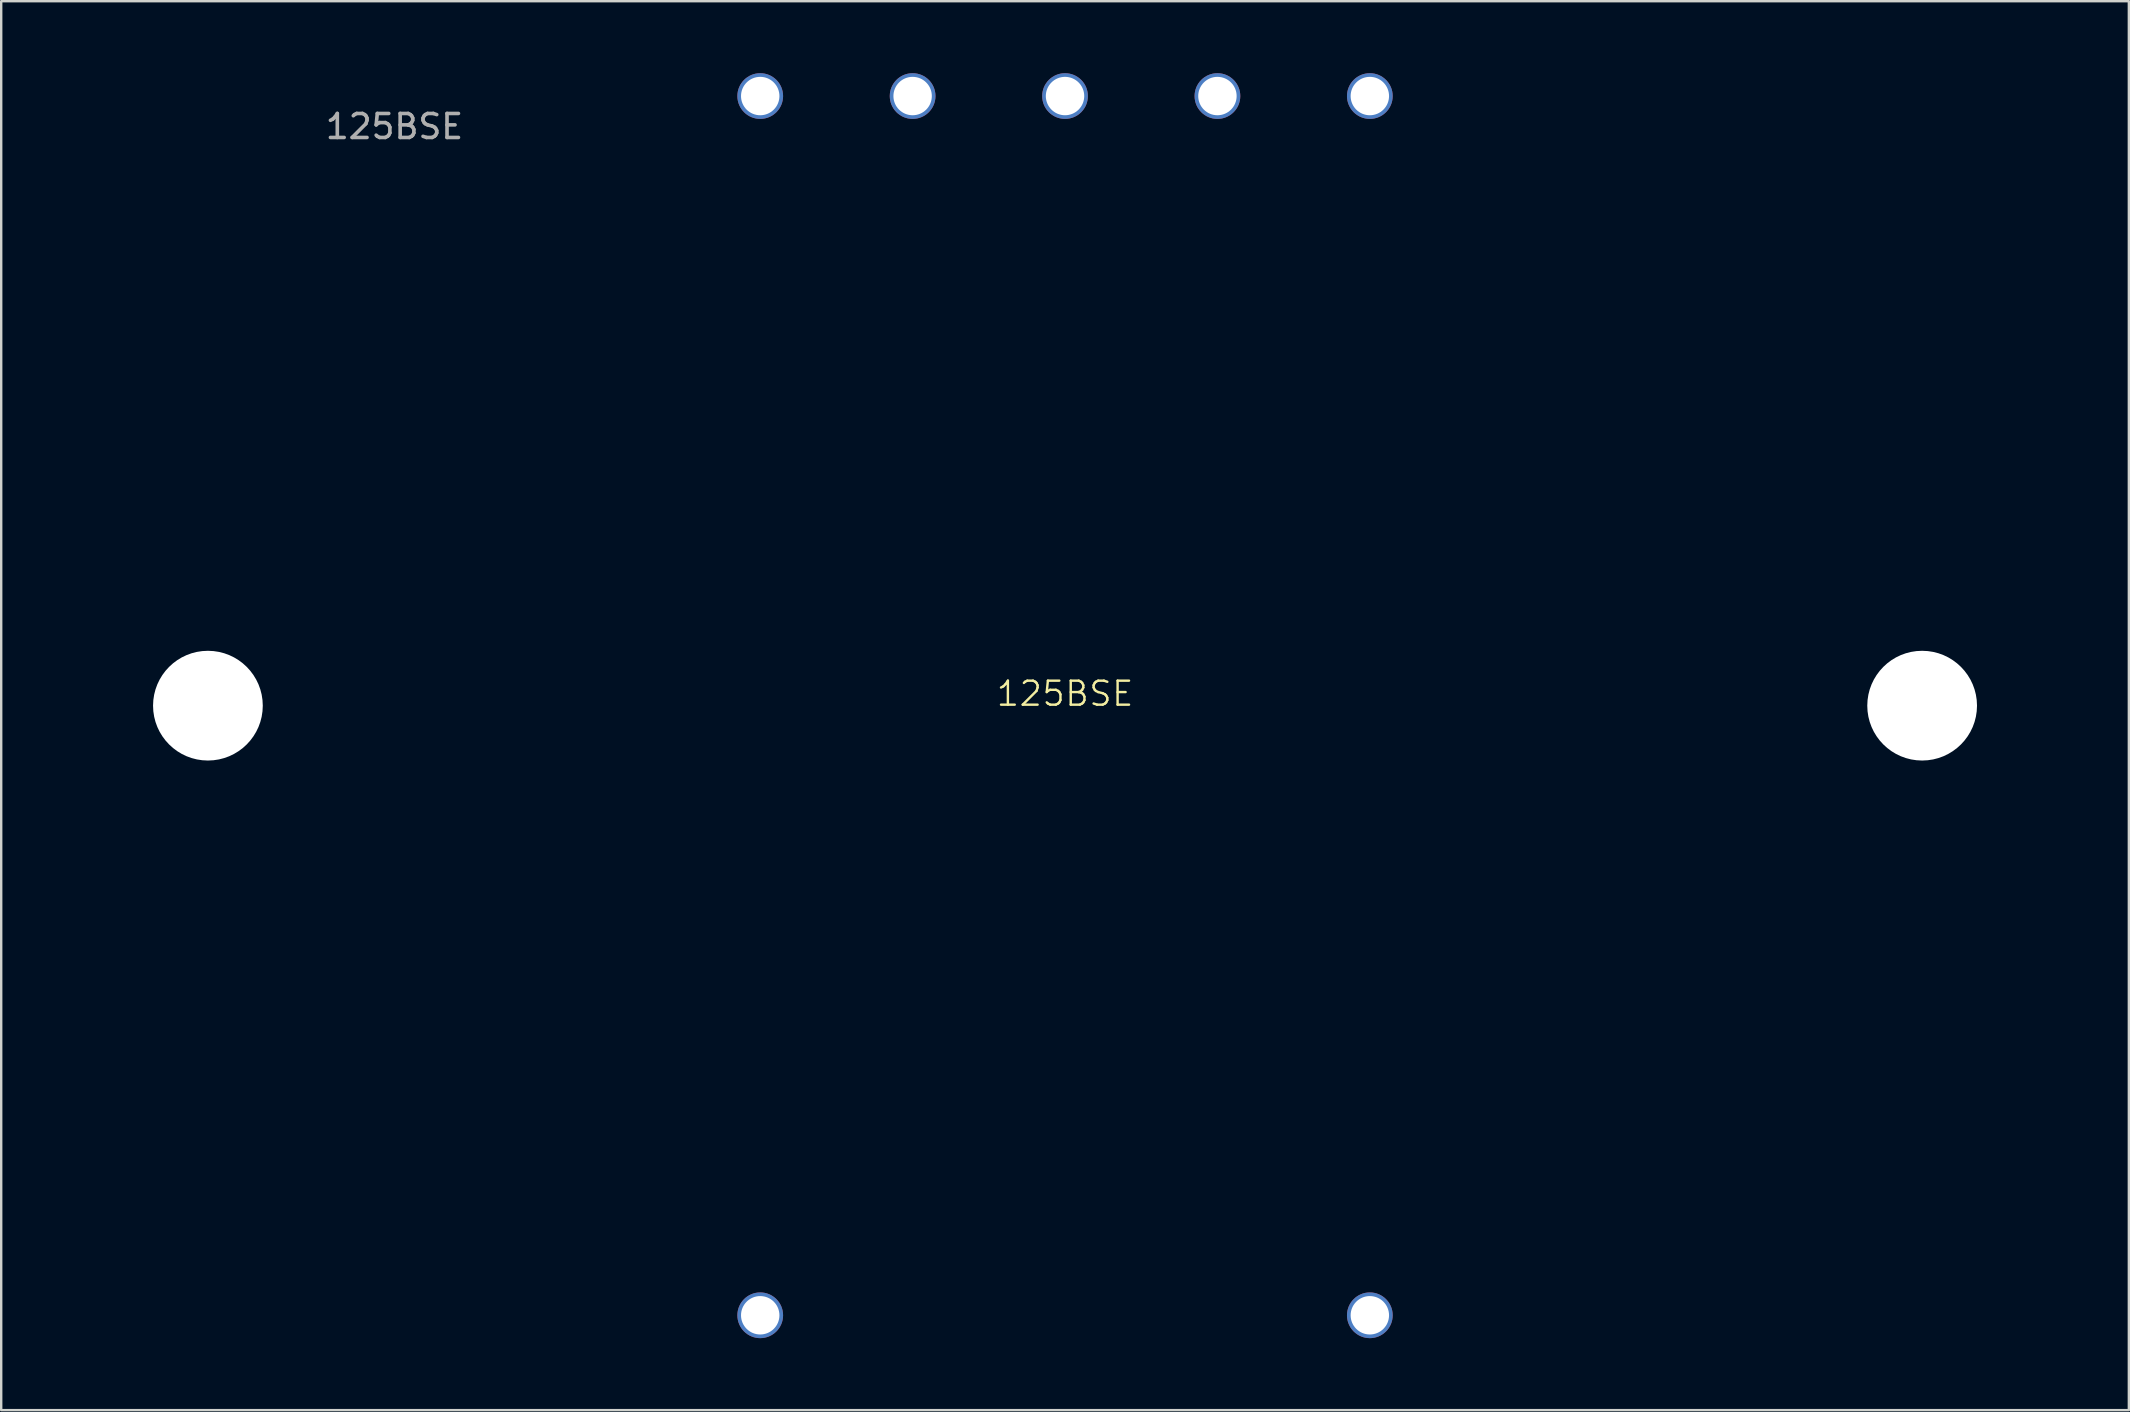
<source format=kicad_pcb>
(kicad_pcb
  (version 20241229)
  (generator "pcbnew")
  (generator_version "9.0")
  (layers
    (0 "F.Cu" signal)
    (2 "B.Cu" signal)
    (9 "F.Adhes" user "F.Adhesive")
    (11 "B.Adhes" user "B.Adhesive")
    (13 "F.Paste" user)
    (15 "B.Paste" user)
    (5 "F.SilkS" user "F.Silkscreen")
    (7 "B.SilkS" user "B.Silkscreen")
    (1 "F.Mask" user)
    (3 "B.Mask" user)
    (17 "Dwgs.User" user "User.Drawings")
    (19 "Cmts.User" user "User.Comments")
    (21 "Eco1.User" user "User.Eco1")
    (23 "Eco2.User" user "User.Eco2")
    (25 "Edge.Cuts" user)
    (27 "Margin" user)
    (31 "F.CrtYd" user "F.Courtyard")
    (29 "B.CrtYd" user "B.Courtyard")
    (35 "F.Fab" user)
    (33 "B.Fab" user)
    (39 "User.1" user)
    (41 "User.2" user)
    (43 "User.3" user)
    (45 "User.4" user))
  (footprint "125BSE"
    (layer "F.Cu")
    (at 41.325 26.352)
    (property "Reference" "125BSE" (at 0 -0.5 0) (unlocked yes) (layer "F.SilkS") (effects (font (size 1 1) (thickness 0.1))))
    (attr through_hole)
    (fp_rect (start -41.275 -22.225) (end 41.275 22.225) (stroke (width 0.1) (type default)) (fill no) (layer "Margin"))
    (fp_text user "${REFERENCE}" (at -27.94 -24.13 0) (unlocked yes) (layer "F.Fab") (effects (font (size 1 1) (thickness 0.15))))
    (pad "" np_thru_hole circle (at -35.712 0) (size 4.572 4.572) (drill 4.572) (layers "*.Cu" "*.Mask"))
    (pad "" np_thru_hole circle (at 35.712 0) (size 4.572 4.572) (drill 4.572) (layers "*.Cu" "*.Mask"))
    (pad "1" thru_hole circle (at -12.7 25.4) (size 1.905 1.905) (drill 1.6) (layers "*.Cu" "*.Mask"))
    (pad "2" thru_hole circle (at 12.7 25.4) (size 1.905 1.905) (drill 1.6) (layers "*.Cu" "*.Mask"))
    (pad "3" thru_hole circle (at 12.7 -25.4) (size 1.905 1.905) (drill 1.6) (layers "*.Cu" "*.Mask"))
    (pad "4" thru_hole circle (at 6.35 -25.4) (size 1.905 1.905) (drill 1.6) (layers "*.Cu" "*.Mask"))
    (pad "5" thru_hole circle (at 0 -25.4) (size 1.905 1.905) (drill 1.6) (layers "*.Cu" "*.Mask"))
    (pad "6" thru_hole circle (at -6.35 -25.4) (size 1.905 1.905) (drill 1.6) (layers "*.Cu" "*.Mask"))
    (pad "7" thru_hole circle (at -12.7 -25.4) (size 1.905 1.905) (drill 1.6) (layers "*.Cu" "*.Mask")))
  (gr_rect
    (start -3 -3)
    (end 85.65 55.705)
    (stroke (width 0.1) (type default))
    (fill no)
    (layer "Edge.Cuts")))
</source>
